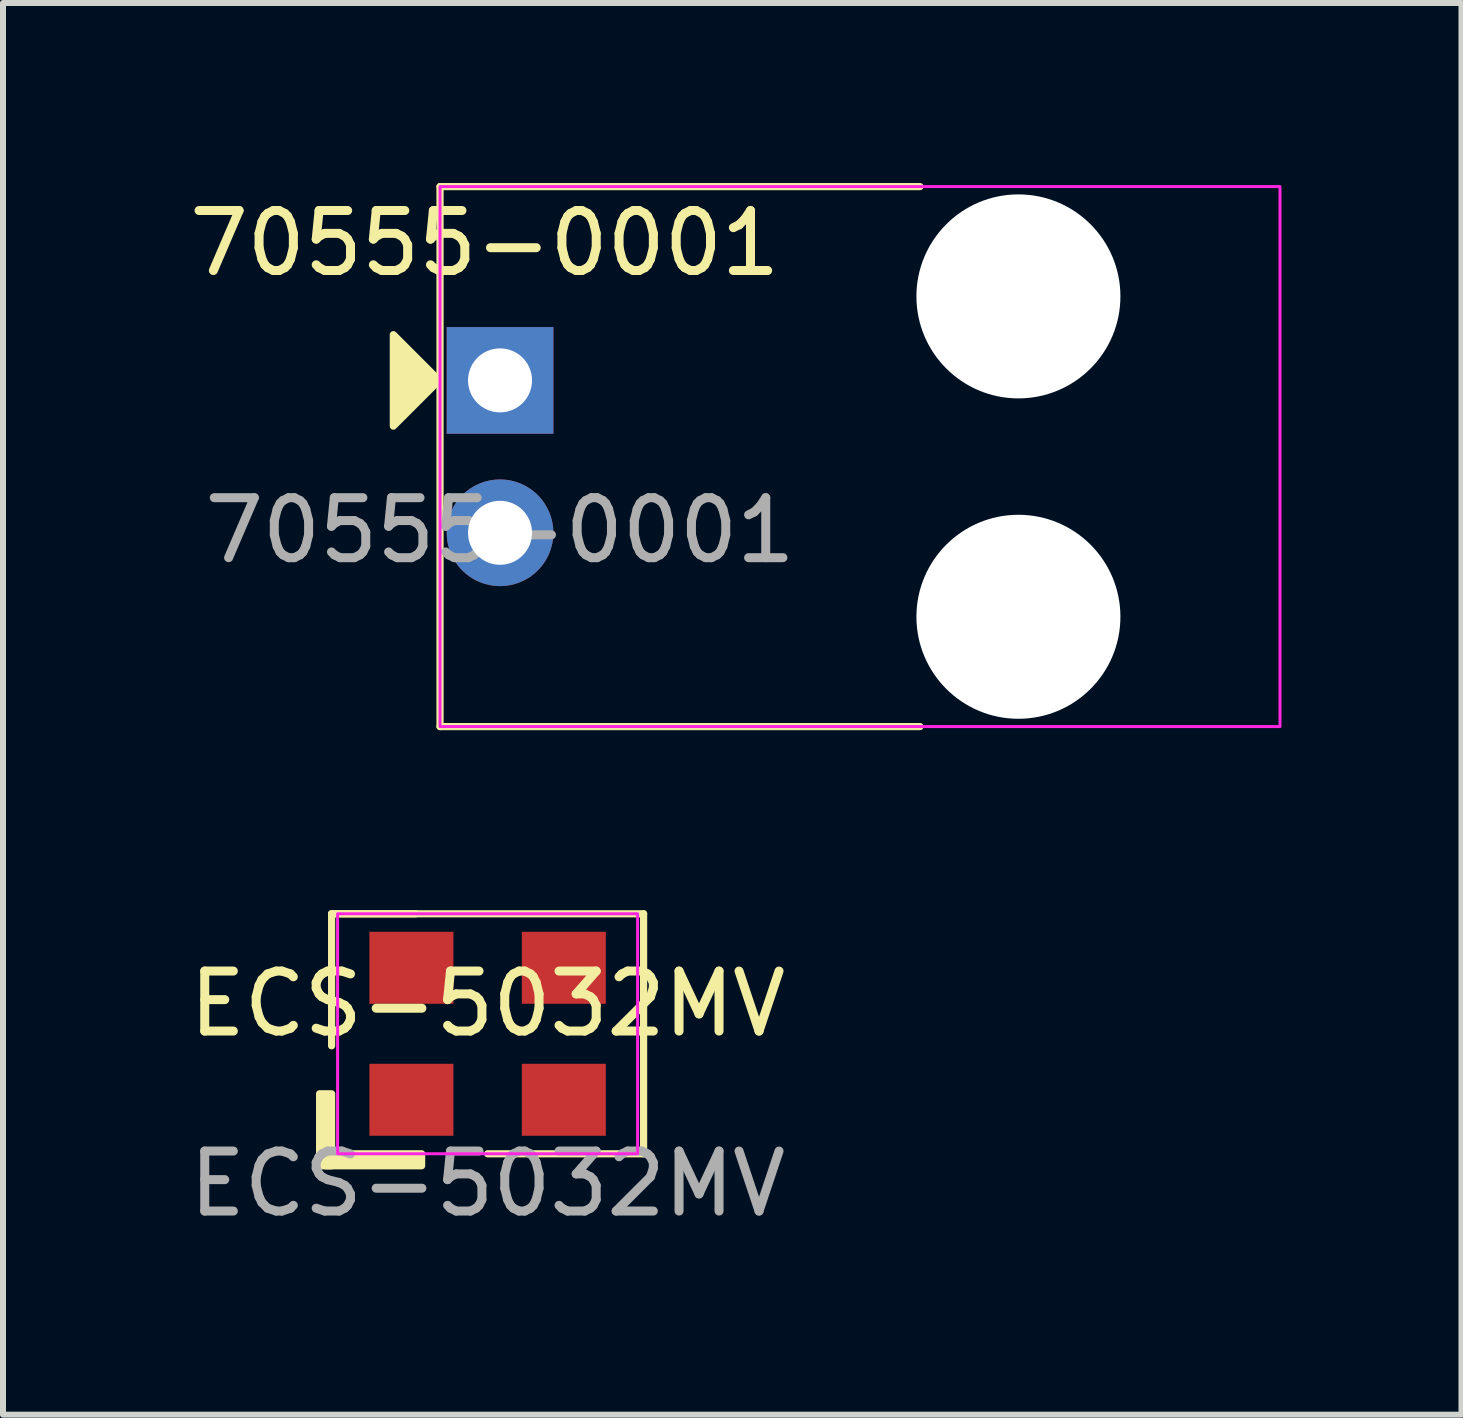
<source format=kicad_pcb>
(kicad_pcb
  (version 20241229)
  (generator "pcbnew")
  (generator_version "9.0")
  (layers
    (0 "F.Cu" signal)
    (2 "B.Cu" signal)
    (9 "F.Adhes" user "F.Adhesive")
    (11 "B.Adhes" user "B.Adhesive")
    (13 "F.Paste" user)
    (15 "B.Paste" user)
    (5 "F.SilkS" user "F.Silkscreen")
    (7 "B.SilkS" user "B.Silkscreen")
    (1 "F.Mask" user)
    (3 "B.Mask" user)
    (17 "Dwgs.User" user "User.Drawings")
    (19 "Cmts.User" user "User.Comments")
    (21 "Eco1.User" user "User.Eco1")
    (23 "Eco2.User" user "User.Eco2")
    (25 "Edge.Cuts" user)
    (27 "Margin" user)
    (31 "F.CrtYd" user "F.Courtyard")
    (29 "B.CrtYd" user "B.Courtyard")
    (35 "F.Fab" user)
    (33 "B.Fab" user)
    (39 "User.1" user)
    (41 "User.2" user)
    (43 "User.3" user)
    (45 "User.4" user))
  (footprint "70555-0001"
    (layer "F.Cu")
    (at 5.284 4.56)
    (property "Reference" "70555-0001" (at -0.254 -3.556 0) (unlocked yes) (layer "F.SilkS") (effects (font (size 1 1) (thickness 0.15))))
    (attr through_hole)
    (fp_line (start -1 -4.5) (end -1 4.5) (stroke (width 0.12) (type solid)) (layer "F.SilkS"))
    (fp_line (start -1 4.5) (end 7 4.5) (stroke (width 0.12) (type solid)) (layer "F.SilkS"))
    (fp_line (start 7 -4.5) (end -1 -4.5) (stroke (width 0.12) (type solid)) (layer "F.SilkS"))
    (fp_poly (pts (xy -1.016 -1.27) (xy -1.778 -0.508) (xy -1.778 -2.032)) (stroke (width 0.12) (type solid)) (fill yes) (layer "F.SilkS"))
    (fp_rect (start 13 -4.5) (end -1 4.5) (stroke (width 0.05) (type solid)) (fill no) (layer "F.CrtYd"))
    (fp_text user "${REFERENCE}" (at 0 1.23 0) (unlocked yes) (layer "F.Fab") (effects (font (size 1 1) (thickness 0.15))))
    (pad "" np_thru_hole circle (at 8.64 -2.67) (size 3.4 3.4) (drill 3.4) (layers "*.Cu" "*.Mask"))
    (pad "" np_thru_hole circle (at 8.64 2.67) (size 3.4 3.4) (drill 3.4) (layers "*.Cu" "*.Mask"))
    (pad "1" thru_hole rect (at 0 -1.27) (size 1.778 1.778) (drill 1.067) (layers "*.Cu" "*.Mask"))
    (pad "2" thru_hole circle (at 0 1.27) (size 1.778 1.778) (drill 1.067) (layers "*.Cu" "*.Mask")))
  (footprint "ECS-5032MV"
    (layer "F.Cu")
    (at 5.077 14.18)
    (property "Reference" "ECS-5032MV" (at 0 -0.5 0) (unlocked yes) (layer "F.SilkS") (effects (font (size 1 1) (thickness 0.15))))
    (attr smd)
    (fp_line (start -2.6 -2) (end -2.6 0.2) (stroke (width 0.12) (type solid)) (layer "F.SilkS"))
    (fp_line (start 0 2) (end 2.6 2) (stroke (width 0.12) (type solid)) (layer "F.SilkS"))
    (fp_line (start 2.6 -2) (end -2.6 -2) (stroke (width 0.12) (type solid)) (layer "F.SilkS"))
    (fp_line (start 2.6 2) (end 2.6 -2) (stroke (width 0.12) (type solid)) (layer "F.SilkS"))
    (fp_rect (start -2.8 1) (end -2.6 2.2) (stroke (width 0.12) (type solid)) (fill yes) (layer "F.SilkS"))
    (fp_rect (start -2.6 -2) (end -1.2 -2) (stroke (width 0.12) (type solid)) (fill no) (layer "F.SilkS"))
    (fp_rect (start -1.1 2) (end -2.7 2.2) (stroke (width 0.12) (type solid)) (fill yes) (layer "F.SilkS"))
    (fp_rect (start -2.5 -2) (end 2.5 2) (stroke (width 0.05) (type solid)) (fill no) (layer "F.CrtYd"))
    (fp_text user "${REFERENCE}" (at 0 2.5 0) (unlocked yes) (layer "F.Fab") (effects (font (size 1 1) (thickness 0.15))))
    (pad "1" smd rect (at -1.27 1.1) (size 1.4 1.2) (layers "F.Cu" "F.Mask" "F.Paste"))
    (pad "2" smd rect (at 1.27 1.1) (size 1.4 1.2) (layers "F.Cu" "F.Mask" "F.Paste"))
    (pad "3" smd rect (at 1.27 -1.1) (size 1.4 1.2) (layers "F.Cu" "F.Mask" "F.Paste"))
    (pad "4" smd rect (at -1.27 -1.1) (size 1.4 1.2) (layers "F.Cu" "F.Mask" "F.Paste")))
  (gr_rect
    (start -3 -3)
    (end 21.309 20.528)
    (stroke (width 0.1) (type default))
    (fill no)
    (layer "Edge.Cuts")))
</source>
